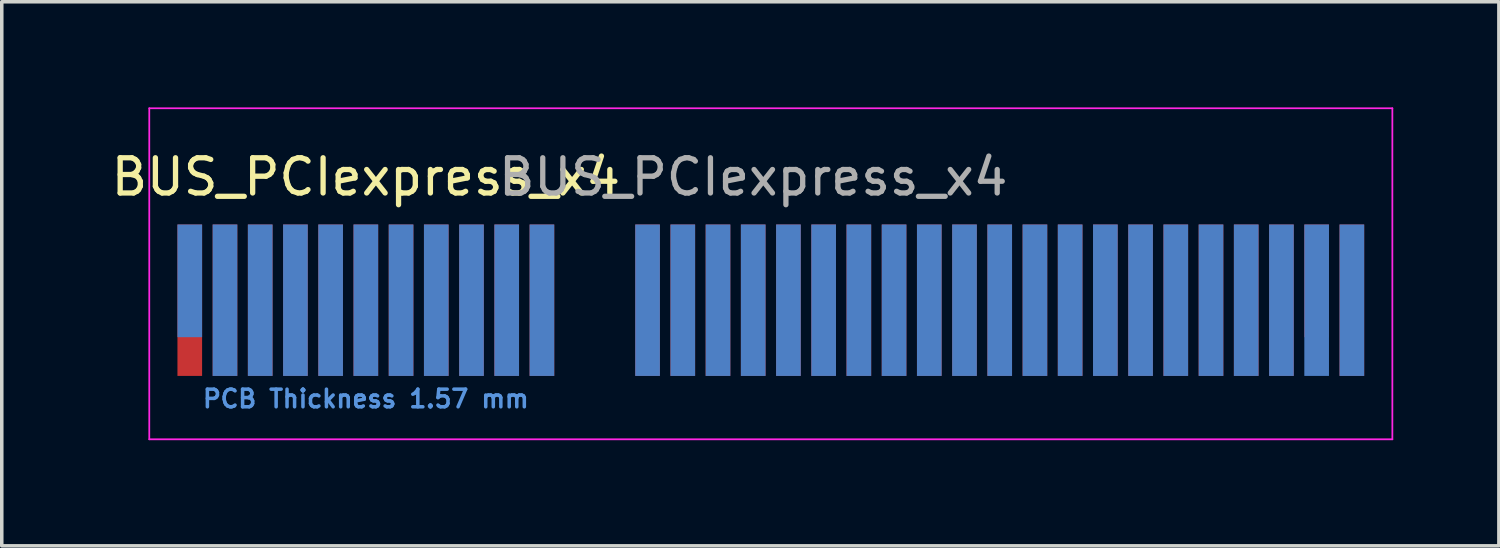
<source format=kicad_pcb>
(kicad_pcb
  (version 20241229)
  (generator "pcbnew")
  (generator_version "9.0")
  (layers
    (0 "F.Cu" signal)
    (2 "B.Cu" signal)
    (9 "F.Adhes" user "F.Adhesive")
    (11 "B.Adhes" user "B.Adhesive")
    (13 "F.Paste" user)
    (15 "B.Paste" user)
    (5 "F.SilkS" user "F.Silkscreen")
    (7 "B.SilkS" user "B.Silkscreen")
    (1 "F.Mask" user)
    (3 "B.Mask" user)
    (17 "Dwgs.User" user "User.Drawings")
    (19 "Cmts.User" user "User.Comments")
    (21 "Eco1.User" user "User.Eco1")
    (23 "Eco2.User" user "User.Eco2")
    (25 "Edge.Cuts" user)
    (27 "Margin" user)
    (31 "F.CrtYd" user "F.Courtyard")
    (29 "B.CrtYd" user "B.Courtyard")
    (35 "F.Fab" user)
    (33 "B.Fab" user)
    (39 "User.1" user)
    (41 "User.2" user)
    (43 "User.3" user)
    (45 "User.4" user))
  (footprint "BUS_PCIexpress_x4"
    (layer "F.Cu")
    (at 2.339 5.475)
    (property "Reference" "BUS_PCIexpress_x4" (at 5 -3.5 0) (layer "F.SilkS") (effects (font (size 1 1) (thickness 0.15))))
    (attr exclude_from_pos_files exclude_from_bom)
    (fp_line (start -1.15 -5.45) (end -1.15 3.95) (stroke (width 0.05) (type solid)) (layer "F.CrtYd"))
    (fp_line (start -1.15 -5.45) (end 34.15 -5.45) (stroke (width 0.05) (type solid)) (layer "F.CrtYd"))
    (fp_line (start 34.15 3.95) (end -1.15 3.95) (stroke (width 0.05) (type solid)) (layer "F.CrtYd"))
    (fp_line (start 34.15 3.95) (end 34.15 -5.45) (stroke (width 0.05) (type solid)) (layer "F.CrtYd"))
    (fp_line (start -0.65 -4.95) (end -0.65 2.95) (stroke (width 0.1) (type solid)) (layer "User.9"))
    (fp_line (start -0.65 2.95) (end -0.15 3.45) (stroke (width 0.1) (type solid)) (layer "User.9"))
    (fp_line (start -0.15 3.45) (end 10.05 3.45) (stroke (width 0.1) (type solid)) (layer "User.9"))
    (fp_line (start 10.55 -4) (end 10.55 2.95) (stroke (width 0.1) (type solid)) (layer "User.9"))
    (fp_line (start 10.55 2.95) (end 10.05 3.45) (stroke (width 0.1) (type solid)) (layer "User.9"))
    (fp_line (start 12.45 -4) (end 12.45 2.95) (stroke (width 0.1) (type solid)) (layer "User.9"))
    (fp_line (start 12.45 2.95) (end 12.95 3.45) (stroke (width 0.1) (type solid)) (layer "User.9"))
    (fp_line (start 12.95 3.45) (end 33.15 3.45) (stroke (width 0.1) (type solid)) (layer "User.9"))
    (fp_line (start 33.65 -4.95) (end 33.65 2.95) (stroke (width 0.1) (type solid)) (layer "User.9"))
    (fp_line (start 33.65 2.95) (end 33.15 3.45) (stroke (width 0.1) (type solid)) (layer "User.9"))
    (fp_arc (start 10.55 -4) (mid 11.5 -4.95) (end 12.45 -4) (stroke (width 0.1) (type solid)) (layer "User.9"))
    (fp_text user "PCB Thickness 1.57 mm" (at 5 2.8 180) (layer "Cmts.User") (effects (font (size 0.5 0.5) (thickness 0.1))))
    (fp_text user "${REFERENCE}" (at 16 -3.5 0) (layer "F.Fab") (effects (font (size 1 1) (thickness 0.15))))
    (pad "A1" connect rect (at 0 -0.55) (size 0.7 3.2) (layers "B.Cu" "B.Mask"))
    (pad "A2" connect rect (at 1 0) (size 0.7 4.3) (layers "B.Cu" "B.Mask"))
    (pad "A3" connect rect (at 2 0) (size 0.7 4.3) (layers "B.Cu" "B.Mask"))
    (pad "A4" connect rect (at 3 0) (size 0.7 4.3) (layers "B.Cu" "B.Mask"))
    (pad "A5" connect rect (at 4 0) (size 0.7 4.3) (layers "B.Cu" "B.Mask"))
    (pad "A6" connect rect (at 5 0) (size 0.7 4.3) (layers "B.Cu" "B.Mask"))
    (pad "A7" connect rect (at 6 0) (size 0.7 4.3) (layers "B.Cu" "B.Mask"))
    (pad "A8" connect rect (at 7 0) (size 0.7 4.3) (layers "B.Cu" "B.Mask"))
    (pad "A9" connect rect (at 8 0) (size 0.7 4.3) (layers "B.Cu" "B.Mask"))
    (pad "A10" connect rect (at 9 0) (size 0.7 4.3) (layers "B.Cu" "B.Mask"))
    (pad "A11" connect rect (at 10 0) (size 0.7 4.3) (layers "B.Cu" "B.Mask"))
    (pad "A12" connect rect (at 13 0) (size 0.7 4.3) (layers "B.Cu" "B.Mask"))
    (pad "A13" connect rect (at 14 0) (size 0.7 4.3) (layers "B.Cu" "B.Mask"))
    (pad "A14" connect rect (at 15 0) (size 0.7 4.3) (layers "B.Cu" "B.Mask"))
    (pad "A15" connect rect (at 16 0) (size 0.7 4.3) (layers "B.Cu" "B.Mask"))
    (pad "A16" connect rect (at 17 0) (size 0.7 4.3) (layers "B.Cu" "B.Mask"))
    (pad "A17" connect rect (at 18 0) (size 0.7 4.3) (layers "B.Cu" "B.Mask"))
    (pad "A18" connect rect (at 19 0) (size 0.7 4.3) (layers "B.Cu" "B.Mask"))
    (pad "A19" connect rect (at 20 0) (size 0.7 4.3) (layers "B.Cu" "B.Mask"))
    (pad "A20" connect rect (at 21 0) (size 0.7 4.3) (layers "B.Cu" "B.Mask"))
    (pad "A21" connect rect (at 22 0) (size 0.7 4.3) (layers "B.Cu" "B.Mask"))
    (pad "A22" connect rect (at 23 0) (size 0.7 4.3) (layers "B.Cu" "B.Mask"))
    (pad "A23" connect rect (at 24 0) (size 0.7 4.3) (layers "B.Cu" "B.Mask"))
    (pad "A24" connect rect (at 25 0) (size 0.7 4.3) (layers "B.Cu" "B.Mask"))
    (pad "A25" connect rect (at 26 0) (size 0.7 4.3) (layers "B.Cu" "B.Mask"))
    (pad "A26" connect rect (at 27 0) (size 0.7 4.3) (layers "B.Cu" "B.Mask"))
    (pad "A27" connect rect (at 28 0) (size 0.7 4.3) (layers "B.Cu" "B.Mask"))
    (pad "A28" connect rect (at 29 0) (size 0.7 4.3) (layers "B.Cu" "B.Mask"))
    (pad "A29" connect rect (at 30 0) (size 0.7 4.3) (layers "B.Cu" "B.Mask"))
    (pad "A30" connect rect (at 31 0) (size 0.7 4.3) (layers "B.Cu" "B.Mask"))
    (pad "A31" connect rect (at 32 0) (size 0.7 4.3) (layers "B.Cu" "B.Mask"))
    (pad "A32" connect rect (at 33 0) (size 0.7 4.3) (layers "B.Cu" "B.Mask"))
    (pad "B1" connect rect (at 0 0) (size 0.7 4.3) (layers "F.Cu" "F.Mask"))
    (pad "B2" connect rect (at 1 0) (size 0.7 4.3) (layers "F.Cu" "F.Mask"))
    (pad "B3" connect rect (at 2 0) (size 0.7 4.3) (layers "F.Cu" "F.Mask"))
    (pad "B4" connect rect (at 3 0) (size 0.7 4.3) (layers "F.Cu" "F.Mask"))
    (pad "B5" connect rect (at 4 0) (size 0.7 4.3) (layers "F.Cu" "F.Mask"))
    (pad "B6" connect rect (at 5 0) (size 0.7 4.3) (layers "F.Cu" "F.Mask"))
    (pad "B7" connect rect (at 6 0) (size 0.7 4.3) (layers "F.Cu" "F.Mask"))
    (pad "B8" connect rect (at 7 0) (size 0.7 4.3) (layers "F.Cu" "F.Mask"))
    (pad "B9" connect rect (at 8 0) (size 0.7 4.3) (layers "F.Cu" "F.Mask"))
    (pad "B10" connect rect (at 9 0) (size 0.7 4.3) (layers "F.Cu" "F.Mask"))
    (pad "B11" connect rect (at 10 0) (size 0.7 4.3) (layers "F.Cu" "F.Mask"))
    (pad "B12" connect rect (at 13 0) (size 0.7 4.3) (layers "F.Cu" "F.Mask"))
    (pad "B13" connect rect (at 14 0) (size 0.7 4.3) (layers "F.Cu" "F.Mask"))
    (pad "B14" connect rect (at 15 0) (size 0.7 4.3) (layers "F.Cu" "F.Mask"))
    (pad "B15" connect rect (at 16 0) (size 0.7 4.3) (layers "F.Cu" "F.Mask"))
    (pad "B16" connect rect (at 17 0) (size 0.7 4.3) (layers "F.Cu" "F.Mask"))
    (pad "B17" connect rect (at 18 0) (size 0.7 4.3) (layers "F.Cu" "F.Mask"))
    (pad "B18" connect rect (at 19 0) (size 0.7 4.3) (layers "F.Cu" "F.Mask"))
    (pad "B19" connect rect (at 20 0) (size 0.7 4.3) (layers "F.Cu" "F.Mask"))
    (pad "B20" connect rect (at 21 0) (size 0.7 4.3) (layers "F.Cu" "F.Mask"))
    (pad "B21" connect rect (at 22 0) (size 0.7 4.3) (layers "F.Cu" "F.Mask"))
    (pad "B22" connect rect (at 23 0) (size 0.7 4.3) (layers "F.Cu" "F.Mask"))
    (pad "B23" connect rect (at 24 0) (size 0.7 4.3) (layers "F.Cu" "F.Mask"))
    (pad "B24" connect rect (at 25 0) (size 0.7 4.3) (layers "F.Cu" "F.Mask"))
    (pad "B25" connect rect (at 26 0) (size 0.7 4.3) (layers "F.Cu" "F.Mask"))
    (pad "B26" connect rect (at 27 0) (size 0.7 4.3) (layers "F.Cu" "F.Mask"))
    (pad "B27" connect rect (at 28 0) (size 0.7 4.3) (layers "F.Cu" "F.Mask"))
    (pad "B28" connect rect (at 29 0) (size 0.7 4.3) (layers "F.Cu" "F.Mask"))
    (pad "B29" connect rect (at 30 0) (size 0.7 4.3) (layers "F.Cu" "F.Mask"))
    (pad "B30" connect rect (at 31 0) (size 0.7 4.3) (layers "F.Cu" "F.Mask"))
    (pad "B31" connect rect (at 32 -0.55) (size 0.7 3.2) (layers "F.Cu" "F.Mask"))
    (pad "B32" connect rect (at 33 0) (size 0.7 4.3) (layers "F.Cu" "F.Mask")))
  (gr_rect
    (start -3 -3)
    (end 39.514 12.45)
    (stroke (width 0.1) (type default))
    (fill no)
    (layer "Edge.Cuts")))
</source>
